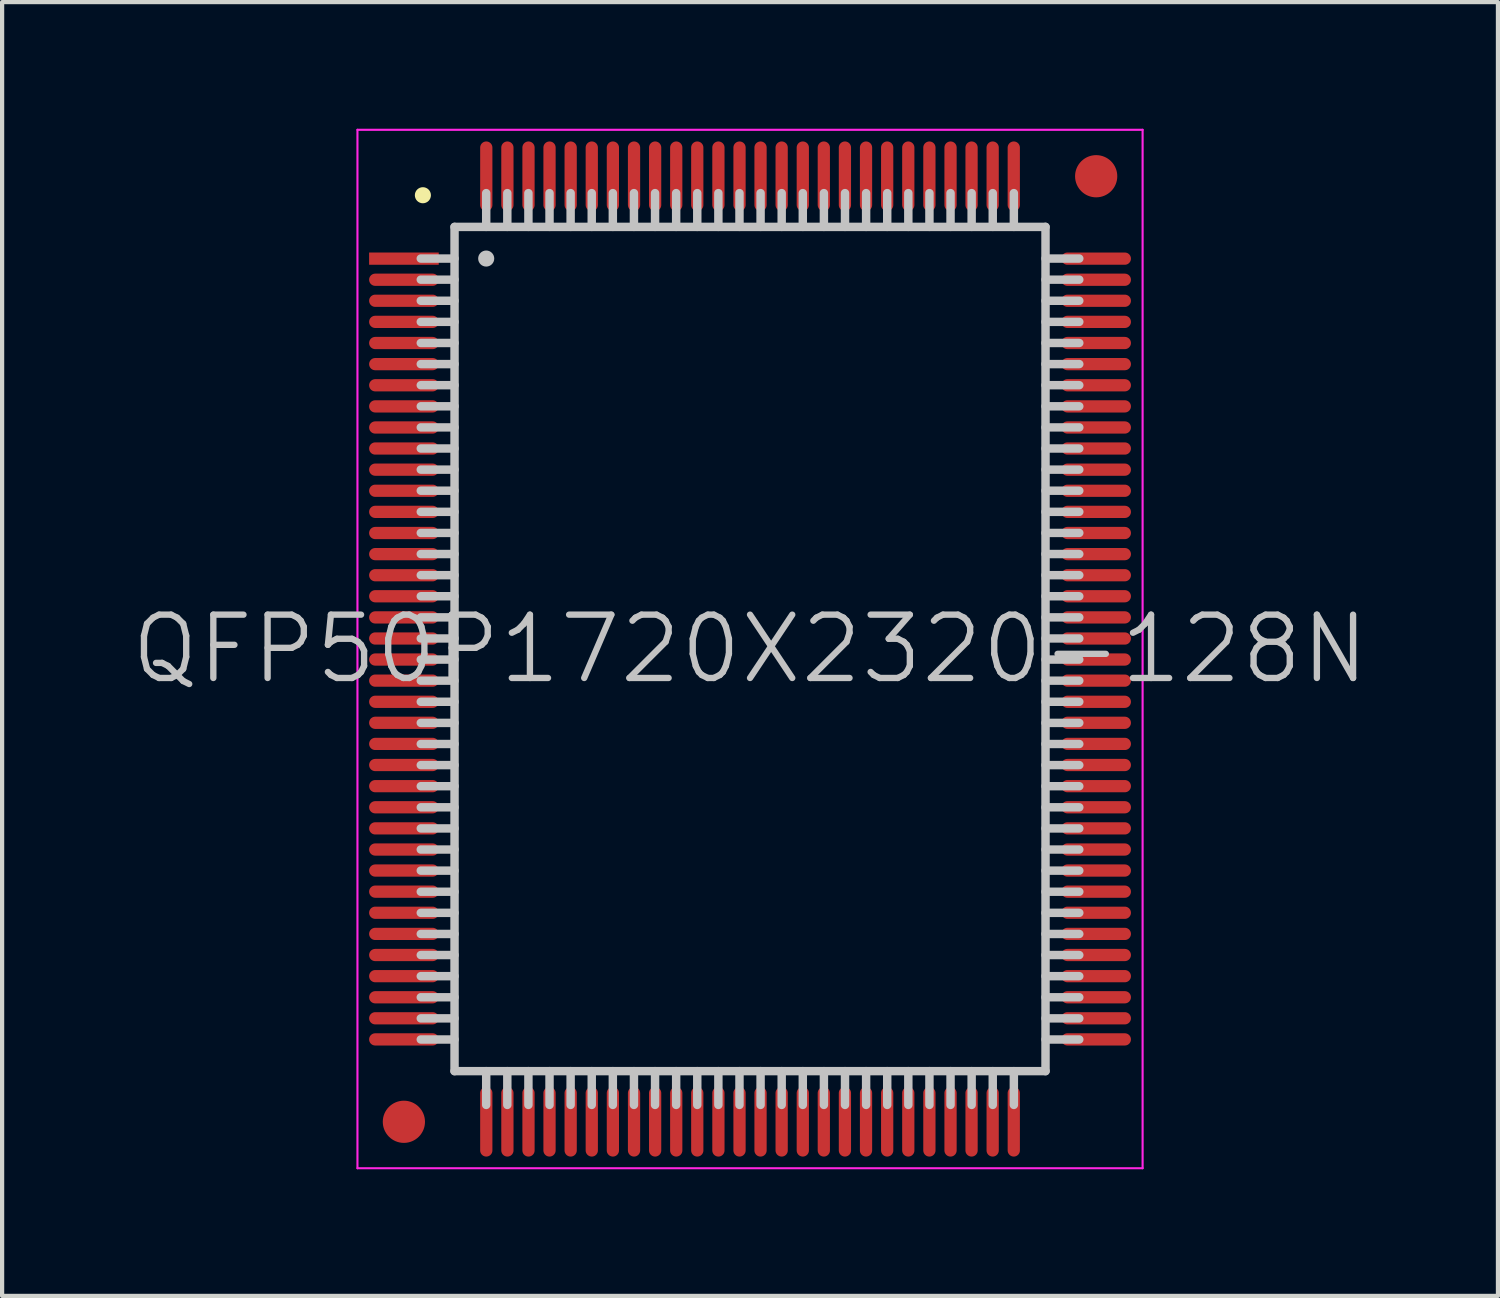
<source format=kicad_pcb>
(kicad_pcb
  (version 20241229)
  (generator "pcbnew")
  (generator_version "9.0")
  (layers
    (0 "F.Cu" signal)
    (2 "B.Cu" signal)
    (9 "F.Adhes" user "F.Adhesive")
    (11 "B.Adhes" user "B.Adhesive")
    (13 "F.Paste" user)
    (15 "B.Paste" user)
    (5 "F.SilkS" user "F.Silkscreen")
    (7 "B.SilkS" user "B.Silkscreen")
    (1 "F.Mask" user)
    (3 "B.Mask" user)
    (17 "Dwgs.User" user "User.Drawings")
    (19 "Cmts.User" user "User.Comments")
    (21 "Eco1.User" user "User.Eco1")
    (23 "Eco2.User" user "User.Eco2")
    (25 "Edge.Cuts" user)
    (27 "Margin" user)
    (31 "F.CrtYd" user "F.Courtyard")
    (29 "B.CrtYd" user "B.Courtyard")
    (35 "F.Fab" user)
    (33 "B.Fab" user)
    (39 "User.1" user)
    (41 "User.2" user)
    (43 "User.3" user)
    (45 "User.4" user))
  (footprint "QFP50P1720X2320-128N"
    (layer "F.Cu")
    (at 14.718 12.325)
    (property "Reference" "QFP50P1720X2320-128N" (at 0 0 0) (layer "Dwgs.User") (effects (font (size 1.5 1.5) (thickness 0.15))))
    (attr smd)
    (fp_line (start -7.75 -10.75) (end -7.75 -10.75) (stroke (width 0.381) (type solid)) (layer "F.SilkS"))
    (fp_line (start -7 -10) (end -7 10) (stroke (width 0.2) (type solid)) (layer "Dwgs.User"))
    (fp_line (start -7 -10) (end 7 -10) (stroke (width 0.2) (type solid)) (layer "Dwgs.User"))
    (fp_line (start -7 -9.25) (end -7.8 -9.25) (stroke (width 0.2) (type solid)) (layer "Dwgs.User"))
    (fp_line (start -7 -8.75) (end -7.8 -8.75) (stroke (width 0.2) (type solid)) (layer "Dwgs.User"))
    (fp_line (start -7 -8.25) (end -7.8 -8.25) (stroke (width 0.2) (type solid)) (layer "Dwgs.User"))
    (fp_line (start -7 -7.75) (end -7.8 -7.75) (stroke (width 0.2) (type solid)) (layer "Dwgs.User"))
    (fp_line (start -7 -7.25) (end -7.8 -7.25) (stroke (width 0.2) (type solid)) (layer "Dwgs.User"))
    (fp_line (start -7 -6.75) (end -7.8 -6.75) (stroke (width 0.2) (type solid)) (layer "Dwgs.User"))
    (fp_line (start -7 -6.25) (end -7.8 -6.25) (stroke (width 0.2) (type solid)) (layer "Dwgs.User"))
    (fp_line (start -7 -5.75) (end -7.8 -5.75) (stroke (width 0.2) (type solid)) (layer "Dwgs.User"))
    (fp_line (start -7 -5.25) (end -7.8 -5.25) (stroke (width 0.2) (type solid)) (layer "Dwgs.User"))
    (fp_line (start -7 -4.75) (end -7.8 -4.75) (stroke (width 0.2) (type solid)) (layer "Dwgs.User"))
    (fp_line (start -7 -4.25) (end -7.8 -4.25) (stroke (width 0.2) (type solid)) (layer "Dwgs.User"))
    (fp_line (start -7 -3.75) (end -7.8 -3.75) (stroke (width 0.2) (type solid)) (layer "Dwgs.User"))
    (fp_line (start -7 -3.25) (end -7.8 -3.25) (stroke (width 0.2) (type solid)) (layer "Dwgs.User"))
    (fp_line (start -7 -2.75) (end -7.8 -2.75) (stroke (width 0.2) (type solid)) (layer "Dwgs.User"))
    (fp_line (start -7 -2.25) (end -7.8 -2.25) (stroke (width 0.2) (type solid)) (layer "Dwgs.User"))
    (fp_line (start -7 -1.75) (end -7.8 -1.75) (stroke (width 0.2) (type solid)) (layer "Dwgs.User"))
    (fp_line (start -7 -1.25) (end -7.8 -1.25) (stroke (width 0.2) (type solid)) (layer "Dwgs.User"))
    (fp_line (start -7 -0.75) (end -7.8 -0.75) (stroke (width 0.2) (type solid)) (layer "Dwgs.User"))
    (fp_line (start -7 -0.25) (end -7.8 -0.25) (stroke (width 0.2) (type solid)) (layer "Dwgs.User"))
    (fp_line (start -7 0.25) (end -7.8 0.25) (stroke (width 0.2) (type solid)) (layer "Dwgs.User"))
    (fp_line (start -7 0.75) (end -7.8 0.75) (stroke (width 0.2) (type solid)) (layer "Dwgs.User"))
    (fp_line (start -7 1.25) (end -7.8 1.25) (stroke (width 0.2) (type solid)) (layer "Dwgs.User"))
    (fp_line (start -7 1.75) (end -7.8 1.75) (stroke (width 0.2) (type solid)) (layer "Dwgs.User"))
    (fp_line (start -7 2.25) (end -7.8 2.25) (stroke (width 0.2) (type solid)) (layer "Dwgs.User"))
    (fp_line (start -7 2.75) (end -7.8 2.75) (stroke (width 0.2) (type solid)) (layer "Dwgs.User"))
    (fp_line (start -7 3.25) (end -7.8 3.25) (stroke (width 0.2) (type solid)) (layer "Dwgs.User"))
    (fp_line (start -7 3.75) (end -7.8 3.75) (stroke (width 0.2) (type solid)) (layer "Dwgs.User"))
    (fp_line (start -7 4.25) (end -7.8 4.25) (stroke (width 0.2) (type solid)) (layer "Dwgs.User"))
    (fp_line (start -7 4.75) (end -7.8 4.75) (stroke (width 0.2) (type solid)) (layer "Dwgs.User"))
    (fp_line (start -7 5.25) (end -7.8 5.25) (stroke (width 0.2) (type solid)) (layer "Dwgs.User"))
    (fp_line (start -7 5.75) (end -7.8 5.75) (stroke (width 0.2) (type solid)) (layer "Dwgs.User"))
    (fp_line (start -7 6.25) (end -7.8 6.25) (stroke (width 0.2) (type solid)) (layer "Dwgs.User"))
    (fp_line (start -7 6.75) (end -7.8 6.75) (stroke (width 0.2) (type solid)) (layer "Dwgs.User"))
    (fp_line (start -7 7.25) (end -7.8 7.25) (stroke (width 0.2) (type solid)) (layer "Dwgs.User"))
    (fp_line (start -7 7.75) (end -7.8 7.75) (stroke (width 0.2) (type solid)) (layer "Dwgs.User"))
    (fp_line (start -7 8.25) (end -7.8 8.25) (stroke (width 0.2) (type solid)) (layer "Dwgs.User"))
    (fp_line (start -7 8.75) (end -7.8 8.75) (stroke (width 0.2) (type solid)) (layer "Dwgs.User"))
    (fp_line (start -7 9.25) (end -7.8 9.25) (stroke (width 0.2) (type solid)) (layer "Dwgs.User"))
    (fp_line (start -7 10) (end 7 10) (stroke (width 0.2) (type solid)) (layer "Dwgs.User"))
    (fp_line (start -6.25 -10) (end -6.25 -10.8) (stroke (width 0.2) (type solid)) (layer "Dwgs.User"))
    (fp_line (start -6.25 -9.25) (end -6.25 -9.25) (stroke (width 0.381) (type solid)) (layer "Dwgs.User"))
    (fp_line (start -6.25 10.8) (end -6.25 10) (stroke (width 0.2) (type solid)) (layer "Dwgs.User"))
    (fp_line (start -5.75 -10) (end -5.75 -10.8) (stroke (width 0.2) (type solid)) (layer "Dwgs.User"))
    (fp_line (start -5.75 10.8) (end -5.75 10) (stroke (width 0.2) (type solid)) (layer "Dwgs.User"))
    (fp_line (start -5.25 -10) (end -5.25 -10.8) (stroke (width 0.2) (type solid)) (layer "Dwgs.User"))
    (fp_line (start -5.25 10.8) (end -5.25 10) (stroke (width 0.2) (type solid)) (layer "Dwgs.User"))
    (fp_line (start -4.75 -10) (end -4.75 -10.8) (stroke (width 0.2) (type solid)) (layer "Dwgs.User"))
    (fp_line (start -4.75 10.8) (end -4.75 10) (stroke (width 0.2) (type solid)) (layer "Dwgs.User"))
    (fp_line (start -4.25 -10) (end -4.25 -10.8) (stroke (width 0.2) (type solid)) (layer "Dwgs.User"))
    (fp_line (start -4.25 10.8) (end -4.25 10) (stroke (width 0.2) (type solid)) (layer "Dwgs.User"))
    (fp_line (start -3.75 -10) (end -3.75 -10.8) (stroke (width 0.2) (type solid)) (layer "Dwgs.User"))
    (fp_line (start -3.75 10.8) (end -3.75 10) (stroke (width 0.2) (type solid)) (layer "Dwgs.User"))
    (fp_line (start -3.25 -10) (end -3.25 -10.8) (stroke (width 0.2) (type solid)) (layer "Dwgs.User"))
    (fp_line (start -3.25 10.8) (end -3.25 10) (stroke (width 0.2) (type solid)) (layer "Dwgs.User"))
    (fp_line (start -2.75 -10) (end -2.75 -10.8) (stroke (width 0.2) (type solid)) (layer "Dwgs.User"))
    (fp_line (start -2.75 10.8) (end -2.75 10) (stroke (width 0.2) (type solid)) (layer "Dwgs.User"))
    (fp_line (start -2.25 -10) (end -2.25 -10.8) (stroke (width 0.2) (type solid)) (layer "Dwgs.User"))
    (fp_line (start -2.25 10.8) (end -2.25 10) (stroke (width 0.2) (type solid)) (layer "Dwgs.User"))
    (fp_line (start -1.75 -10) (end -1.75 -10.8) (stroke (width 0.2) (type solid)) (layer "Dwgs.User"))
    (fp_line (start -1.75 10.8) (end -1.75 10) (stroke (width 0.2) (type solid)) (layer "Dwgs.User"))
    (fp_line (start -1.25 -10) (end -1.25 -10.8) (stroke (width 0.2) (type solid)) (layer "Dwgs.User"))
    (fp_line (start -1.25 10.8) (end -1.25 10) (stroke (width 0.2) (type solid)) (layer "Dwgs.User"))
    (fp_line (start -0.75 -10) (end -0.75 -10.8) (stroke (width 0.2) (type solid)) (layer "Dwgs.User"))
    (fp_line (start -0.75 10.8) (end -0.75 10) (stroke (width 0.2) (type solid)) (layer "Dwgs.User"))
    (fp_line (start -0.25 -10) (end -0.25 -10.8) (stroke (width 0.2) (type solid)) (layer "Dwgs.User"))
    (fp_line (start -0.25 10.8) (end -0.25 10) (stroke (width 0.2) (type solid)) (layer "Dwgs.User"))
    (fp_line (start 0.25 -10) (end 0.25 -10.8) (stroke (width 0.2) (type solid)) (layer "Dwgs.User"))
    (fp_line (start 0.25 10.8) (end 0.25 10) (stroke (width 0.2) (type solid)) (layer "Dwgs.User"))
    (fp_line (start 0.75 -10) (end 0.75 -10.8) (stroke (width 0.2) (type solid)) (layer "Dwgs.User"))
    (fp_line (start 0.75 10.8) (end 0.75 10) (stroke (width 0.2) (type solid)) (layer "Dwgs.User"))
    (fp_line (start 1.25 -10) (end 1.25 -10.8) (stroke (width 0.2) (type solid)) (layer "Dwgs.User"))
    (fp_line (start 1.25 10.8) (end 1.25 10) (stroke (width 0.2) (type solid)) (layer "Dwgs.User"))
    (fp_line (start 1.75 -10) (end 1.75 -10.8) (stroke (width 0.2) (type solid)) (layer "Dwgs.User"))
    (fp_line (start 1.75 10.8) (end 1.75 10) (stroke (width 0.2) (type solid)) (layer "Dwgs.User"))
    (fp_line (start 2.25 -10) (end 2.25 -10.8) (stroke (width 0.2) (type solid)) (layer "Dwgs.User"))
    (fp_line (start 2.25 10.8) (end 2.25 10) (stroke (width 0.2) (type solid)) (layer "Dwgs.User"))
    (fp_line (start 2.75 -10) (end 2.75 -10.8) (stroke (width 0.2) (type solid)) (layer "Dwgs.User"))
    (fp_line (start 2.75 10.8) (end 2.75 10) (stroke (width 0.2) (type solid)) (layer "Dwgs.User"))
    (fp_line (start 3.25 -10) (end 3.25 -10.8) (stroke (width 0.2) (type solid)) (layer "Dwgs.User"))
    (fp_line (start 3.25 10.8) (end 3.25 10) (stroke (width 0.2) (type solid)) (layer "Dwgs.User"))
    (fp_line (start 3.75 -10) (end 3.75 -10.8) (stroke (width 0.2) (type solid)) (layer "Dwgs.User"))
    (fp_line (start 3.75 10.8) (end 3.75 10) (stroke (width 0.2) (type solid)) (layer "Dwgs.User"))
    (fp_line (start 4.25 -10) (end 4.25 -10.8) (stroke (width 0.2) (type solid)) (layer "Dwgs.User"))
    (fp_line (start 4.25 10.8) (end 4.25 10) (stroke (width 0.2) (type solid)) (layer "Dwgs.User"))
    (fp_line (start 4.75 -10) (end 4.75 -10.8) (stroke (width 0.2) (type solid)) (layer "Dwgs.User"))
    (fp_line (start 4.75 10.8) (end 4.75 10) (stroke (width 0.2) (type solid)) (layer "Dwgs.User"))
    (fp_line (start 5.25 -10) (end 5.25 -10.8) (stroke (width 0.2) (type solid)) (layer "Dwgs.User"))
    (fp_line (start 5.25 10.8) (end 5.25 10) (stroke (width 0.2) (type solid)) (layer "Dwgs.User"))
    (fp_line (start 5.75 -10) (end 5.75 -10.8) (stroke (width 0.2) (type solid)) (layer "Dwgs.User"))
    (fp_line (start 5.75 10.8) (end 5.75 10) (stroke (width 0.2) (type solid)) (layer "Dwgs.User"))
    (fp_line (start 6.25 -10) (end 6.25 -10.8) (stroke (width 0.2) (type solid)) (layer "Dwgs.User"))
    (fp_line (start 6.25 10.8) (end 6.25 10) (stroke (width 0.2) (type solid)) (layer "Dwgs.User"))
    (fp_line (start 7 -10) (end 7 10) (stroke (width 0.2) (type solid)) (layer "Dwgs.User"))
    (fp_line (start 7.8 -9.25) (end 7 -9.25) (stroke (width 0.2) (type solid)) (layer "Dwgs.User"))
    (fp_line (start 7.8 -8.75) (end 7 -8.75) (stroke (width 0.2) (type solid)) (layer "Dwgs.User"))
    (fp_line (start 7.8 -8.25) (end 7 -8.25) (stroke (width 0.2) (type solid)) (layer "Dwgs.User"))
    (fp_line (start 7.8 -7.75) (end 7 -7.75) (stroke (width 0.2) (type solid)) (layer "Dwgs.User"))
    (fp_line (start 7.8 -7.25) (end 7 -7.25) (stroke (width 0.2) (type solid)) (layer "Dwgs.User"))
    (fp_line (start 7.8 -6.75) (end 7 -6.75) (stroke (width 0.2) (type solid)) (layer "Dwgs.User"))
    (fp_line (start 7.8 -6.25) (end 7 -6.25) (stroke (width 0.2) (type solid)) (layer "Dwgs.User"))
    (fp_line (start 7.8 -5.75) (end 7 -5.75) (stroke (width 0.2) (type solid)) (layer "Dwgs.User"))
    (fp_line (start 7.8 -5.25) (end 7 -5.25) (stroke (width 0.2) (type solid)) (layer "Dwgs.User"))
    (fp_line (start 7.8 -4.75) (end 7 -4.75) (stroke (width 0.2) (type solid)) (layer "Dwgs.User"))
    (fp_line (start 7.8 -4.25) (end 7 -4.25) (stroke (width 0.2) (type solid)) (layer "Dwgs.User"))
    (fp_line (start 7.8 -3.75) (end 7 -3.75) (stroke (width 0.2) (type solid)) (layer "Dwgs.User"))
    (fp_line (start 7.8 -3.25) (end 7 -3.25) (stroke (width 0.2) (type solid)) (layer "Dwgs.User"))
    (fp_line (start 7.8 -2.75) (end 7 -2.75) (stroke (width 0.2) (type solid)) (layer "Dwgs.User"))
    (fp_line (start 7.8 -2.25) (end 7 -2.25) (stroke (width 0.2) (type solid)) (layer "Dwgs.User"))
    (fp_line (start 7.8 -1.75) (end 7 -1.75) (stroke (width 0.2) (type solid)) (layer "Dwgs.User"))
    (fp_line (start 7.8 -1.25) (end 7 -1.25) (stroke (width 0.2) (type solid)) (layer "Dwgs.User"))
    (fp_line (start 7.8 -0.75) (end 7 -0.75) (stroke (width 0.2) (type solid)) (layer "Dwgs.User"))
    (fp_line (start 7.8 -0.25) (end 7 -0.25) (stroke (width 0.2) (type solid)) (layer "Dwgs.User"))
    (fp_line (start 7.8 0.25) (end 7 0.25) (stroke (width 0.2) (type solid)) (layer "Dwgs.User"))
    (fp_line (start 7.8 0.75) (end 7 0.75) (stroke (width 0.2) (type solid)) (layer "Dwgs.User"))
    (fp_line (start 7.8 1.25) (end 7 1.25) (stroke (width 0.2) (type solid)) (layer "Dwgs.User"))
    (fp_line (start 7.8 1.75) (end 7 1.75) (stroke (width 0.2) (type solid)) (layer "Dwgs.User"))
    (fp_line (start 7.8 2.25) (end 7 2.25) (stroke (width 0.2) (type solid)) (layer "Dwgs.User"))
    (fp_line (start 7.8 2.75) (end 7 2.75) (stroke (width 0.2) (type solid)) (layer "Dwgs.User"))
    (fp_line (start 7.8 3.25) (end 7 3.25) (stroke (width 0.2) (type solid)) (layer "Dwgs.User"))
    (fp_line (start 7.8 3.75) (end 7 3.75) (stroke (width 0.2) (type solid)) (layer "Dwgs.User"))
    (fp_line (start 7.8 4.25) (end 7 4.25) (stroke (width 0.2) (type solid)) (layer "Dwgs.User"))
    (fp_line (start 7.8 4.75) (end 7 4.75) (stroke (width 0.2) (type solid)) (layer "Dwgs.User"))
    (fp_line (start 7.8 5.25) (end 7 5.25) (stroke (width 0.2) (type solid)) (layer "Dwgs.User"))
    (fp_line (start 7.8 5.75) (end 7 5.75) (stroke (width 0.2) (type solid)) (layer "Dwgs.User"))
    (fp_line (start 7.8 6.25) (end 7 6.25) (stroke (width 0.2) (type solid)) (layer "Dwgs.User"))
    (fp_line (start 7.8 6.75) (end 7 6.75) (stroke (width 0.2) (type solid)) (layer "Dwgs.User"))
    (fp_line (start 7.8 7.25) (end 7 7.25) (stroke (width 0.2) (type solid)) (layer "Dwgs.User"))
    (fp_line (start 7.8 7.75) (end 7 7.75) (stroke (width 0.2) (type solid)) (layer "Dwgs.User"))
    (fp_line (start 7.8 8.25) (end 7 8.25) (stroke (width 0.2) (type solid)) (layer "Dwgs.User"))
    (fp_line (start 7.8 8.75) (end 7 8.75) (stroke (width 0.2) (type solid)) (layer "Dwgs.User"))
    (fp_line (start 7.8 9.25) (end 7 9.25) (stroke (width 0.2) (type solid)) (layer "Dwgs.User"))
    (fp_line (start -9.3 -12.3) (end -9.3 12.3) (stroke (width 0.05) (type solid)) (layer "F.CrtYd"))
    (fp_line (start -9.3 -12.3) (end 9.3 -12.3) (stroke (width 0.05) (type solid)) (layer "F.CrtYd"))
    (fp_line (start -9.3 12.3) (end 9.3 12.3) (stroke (width 0.05) (type solid)) (layer "F.CrtYd"))
    (fp_line (start 9.3 -12.3) (end 9.3 12.3) (stroke (width 0.05) (type solid)) (layer "F.CrtYd"))
    (pad "" smd circle (at -8.2 11.2) (size 1 1) (layers "F.Cu" "F.Mask"))
    (pad "" smd circle (at 8.2 -11.2) (size 1 1) (layers "F.Cu" "F.Mask"))
    (pad "1" smd rect (at -8.199 -9.248 90) (size 0.29 1.65) (layers "F.Cu" "F.Mask" "F.Paste"))
    (pad "2" smd oval (at -8.199 -8.748 90) (size 0.29 1.65) (layers "F.Cu" "F.Mask" "F.Paste"))
    (pad "3" smd oval (at -8.199 -8.25 90) (size 0.29 1.65) (layers "F.Cu" "F.Mask" "F.Paste"))
    (pad "4" smd oval (at -8.199 -7.75 90) (size 0.29 1.65) (layers "F.Cu" "F.Mask" "F.Paste"))
    (pad "5" smd oval (at -8.199 -7.249 90) (size 0.29 1.65) (layers "F.Cu" "F.Mask" "F.Paste"))
    (pad "6" smd oval (at -8.199 -6.749 90) (size 0.29 1.65) (layers "F.Cu" "F.Mask" "F.Paste"))
    (pad "7" smd oval (at -8.199 -6.248 90) (size 0.29 1.65) (layers "F.Cu" "F.Mask" "F.Paste"))
    (pad "8" smd oval (at -8.199 -5.748 90) (size 0.29 1.65) (layers "F.Cu" "F.Mask" "F.Paste"))
    (pad "9" smd oval (at -8.199 -5.248 90) (size 0.29 1.65) (layers "F.Cu" "F.Mask" "F.Paste"))
    (pad "10" smd oval (at -8.199 -4.75 90) (size 0.29 1.65) (layers "F.Cu" "F.Mask" "F.Paste"))
    (pad "11" smd oval (at -8.199 -4.249 90) (size 0.29 1.65) (layers "F.Cu" "F.Mask" "F.Paste"))
    (pad "12" smd oval (at -8.199 -3.749 90) (size 0.29 1.65) (layers "F.Cu" "F.Mask" "F.Paste"))
    (pad "13" smd oval (at -8.199 -3.249 90) (size 0.29 1.65) (layers "F.Cu" "F.Mask" "F.Paste"))
    (pad "14" smd oval (at -8.199 -2.748 90) (size 0.29 1.65) (layers "F.Cu" "F.Mask" "F.Paste"))
    (pad "15" smd oval (at -8.199 -2.248 90) (size 0.29 1.65) (layers "F.Cu" "F.Mask" "F.Paste"))
    (pad "16" smd oval (at -8.199 -1.748 90) (size 0.29 1.65) (layers "F.Cu" "F.Mask" "F.Paste"))
    (pad "17" smd oval (at -8.199 -1.25 90) (size 0.29 1.65) (layers "F.Cu" "F.Mask" "F.Paste"))
    (pad "18" smd oval (at -8.199 -0.749 90) (size 0.29 1.65) (layers "F.Cu" "F.Mask" "F.Paste"))
    (pad "19" smd oval (at -8.199 -0.249 90) (size 0.29 1.65) (layers "F.Cu" "F.Mask" "F.Paste"))
    (pad "20" smd oval (at -8.199 0.249 90) (size 0.29 1.65) (layers "F.Cu" "F.Mask" "F.Paste"))
    (pad "21" smd oval (at -8.199 0.749 90) (size 0.29 1.65) (layers "F.Cu" "F.Mask" "F.Paste"))
    (pad "22" smd oval (at -8.199 1.25 90) (size 0.29 1.65) (layers "F.Cu" "F.Mask" "F.Paste"))
    (pad "23" smd oval (at -8.199 1.748 90) (size 0.29 1.65) (layers "F.Cu" "F.Mask" "F.Paste"))
    (pad "24" smd oval (at -8.199 2.248 90) (size 0.29 1.65) (layers "F.Cu" "F.Mask" "F.Paste"))
    (pad "25" smd oval (at -8.199 2.748 90) (size 0.29 1.65) (layers "F.Cu" "F.Mask" "F.Paste"))
    (pad "26" smd oval (at -8.199 3.249 90) (size 0.29 1.65) (layers "F.Cu" "F.Mask" "F.Paste"))
    (pad "27" smd oval (at -8.199 3.749 90) (size 0.29 1.65) (layers "F.Cu" "F.Mask" "F.Paste"))
    (pad "28" smd oval (at -8.199 4.249 90) (size 0.29 1.65) (layers "F.Cu" "F.Mask" "F.Paste"))
    (pad "29" smd oval (at -8.199 4.75 90) (size 0.29 1.65) (layers "F.Cu" "F.Mask" "F.Paste"))
    (pad "30" smd oval (at -8.199 5.248 90) (size 0.29 1.65) (layers "F.Cu" "F.Mask" "F.Paste"))
    (pad "31" smd oval (at -8.199 5.748 90) (size 0.29 1.65) (layers "F.Cu" "F.Mask" "F.Paste"))
    (pad "32" smd oval (at -8.199 6.248 90) (size 0.29 1.65) (layers "F.Cu" "F.Mask" "F.Paste"))
    (pad "33" smd oval (at -8.199 6.749 90) (size 0.29 1.65) (layers "F.Cu" "F.Mask" "F.Paste"))
    (pad "34" smd oval (at -8.199 7.249 90) (size 0.29 1.65) (layers "F.Cu" "F.Mask" "F.Paste"))
    (pad "35" smd oval (at -8.199 7.75 90) (size 0.29 1.65) (layers "F.Cu" "F.Mask" "F.Paste"))
    (pad "36" smd oval (at -8.199 8.25 90) (size 0.29 1.65) (layers "F.Cu" "F.Mask" "F.Paste"))
    (pad "37" smd oval (at -8.199 8.748 90) (size 0.29 1.65) (layers "F.Cu" "F.Mask" "F.Paste"))
    (pad "38" smd oval (at -8.199 9.248 90) (size 0.29 1.65) (layers "F.Cu" "F.Mask" "F.Paste"))
    (pad "39" smd oval (at -6.248 11.199 180) (size 0.29 1.65) (layers "F.Cu" "F.Mask" "F.Paste"))
    (pad "40" smd oval (at -5.748 11.199 180) (size 0.29 1.65) (layers "F.Cu" "F.Mask" "F.Paste"))
    (pad "41" smd oval (at -5.248 11.199 180) (size 0.29 1.65) (layers "F.Cu" "F.Mask" "F.Paste"))
    (pad "42" smd oval (at -4.75 11.199 180) (size 0.29 1.65) (layers "F.Cu" "F.Mask" "F.Paste"))
    (pad "43" smd oval (at -4.249 11.199 180) (size 0.29 1.65) (layers "F.Cu" "F.Mask" "F.Paste"))
    (pad "44" smd oval (at -3.749 11.199 180) (size 0.29 1.65) (layers "F.Cu" "F.Mask" "F.Paste"))
    (pad "45" smd oval (at -3.249 11.199 180) (size 0.29 1.65) (layers "F.Cu" "F.Mask" "F.Paste"))
    (pad "46" smd oval (at -2.748 11.199 180) (size 0.29 1.65) (layers "F.Cu" "F.Mask" "F.Paste"))
    (pad "47" smd oval (at -2.248 11.199 180) (size 0.29 1.65) (layers "F.Cu" "F.Mask" "F.Paste"))
    (pad "48" smd oval (at -1.748 11.199 180) (size 0.29 1.65) (layers "F.Cu" "F.Mask" "F.Paste"))
    (pad "49" smd oval (at -1.25 11.199 180) (size 0.29 1.65) (layers "F.Cu" "F.Mask" "F.Paste"))
    (pad "50" smd oval (at -0.749 11.199 180) (size 0.29 1.65) (layers "F.Cu" "F.Mask" "F.Paste"))
    (pad "51" smd oval (at -0.249 11.199 180) (size 0.29 1.65) (layers "F.Cu" "F.Mask" "F.Paste"))
    (pad "52" smd oval (at 0.249 11.199 180) (size 0.29 1.65) (layers "F.Cu" "F.Mask" "F.Paste"))
    (pad "53" smd oval (at 0.749 11.199 180) (size 0.29 1.65) (layers "F.Cu" "F.Mask" "F.Paste"))
    (pad "54" smd oval (at 1.25 11.199 180) (size 0.29 1.65) (layers "F.Cu" "F.Mask" "F.Paste"))
    (pad "55" smd oval (at 1.748 11.199 180) (size 0.29 1.65) (layers "F.Cu" "F.Mask" "F.Paste"))
    (pad "56" smd oval (at 2.248 11.199 180) (size 0.29 1.65) (layers "F.Cu" "F.Mask" "F.Paste"))
    (pad "57" smd oval (at 2.748 11.199 180) (size 0.29 1.65) (layers "F.Cu" "F.Mask" "F.Paste"))
    (pad "58" smd oval (at 3.249 11.199 180) (size 0.29 1.65) (layers "F.Cu" "F.Mask" "F.Paste"))
    (pad "59" smd oval (at 3.749 11.199 180) (size 0.29 1.65) (layers "F.Cu" "F.Mask" "F.Paste"))
    (pad "60" smd oval (at 4.249 11.199 180) (size 0.29 1.65) (layers "F.Cu" "F.Mask" "F.Paste"))
    (pad "61" smd oval (at 4.75 11.199 180) (size 0.29 1.65) (layers "F.Cu" "F.Mask" "F.Paste"))
    (pad "62" smd oval (at 5.248 11.199 180) (size 0.29 1.65) (layers "F.Cu" "F.Mask" "F.Paste"))
    (pad "63" smd oval (at 5.748 11.199 180) (size 0.29 1.65) (layers "F.Cu" "F.Mask" "F.Paste"))
    (pad "64" smd oval (at 6.248 11.199 180) (size 0.29 1.65) (layers "F.Cu" "F.Mask" "F.Paste"))
    (pad "65" smd oval (at 8.199 9.248 270) (size 0.29 1.65) (layers "F.Cu" "F.Mask" "F.Paste"))
    (pad "66" smd oval (at 8.199 8.748 270) (size 0.29 1.65) (layers "F.Cu" "F.Mask" "F.Paste"))
    (pad "67" smd oval (at 8.199 8.25 270) (size 0.29 1.65) (layers "F.Cu" "F.Mask" "F.Paste"))
    (pad "68" smd oval (at 8.199 7.75 270) (size 0.29 1.65) (layers "F.Cu" "F.Mask" "F.Paste"))
    (pad "69" smd oval (at 8.199 7.249 270) (size 0.29 1.65) (layers "F.Cu" "F.Mask" "F.Paste"))
    (pad "70" smd oval (at 8.199 6.749 270) (size 0.29 1.65) (layers "F.Cu" "F.Mask" "F.Paste"))
    (pad "71" smd oval (at 8.199 6.248 270) (size 0.29 1.65) (layers "F.Cu" "F.Mask" "F.Paste"))
    (pad "72" smd oval (at 8.199 5.748 270) (size 0.29 1.65) (layers "F.Cu" "F.Mask" "F.Paste"))
    (pad "73" smd oval (at 8.199 5.248 270) (size 0.29 1.65) (layers "F.Cu" "F.Mask" "F.Paste"))
    (pad "74" smd oval (at 8.199 4.75 270) (size 0.29 1.65) (layers "F.Cu" "F.Mask" "F.Paste"))
    (pad "75" smd oval (at 8.199 4.249 270) (size 0.29 1.65) (layers "F.Cu" "F.Mask" "F.Paste"))
    (pad "76" smd oval (at 8.199 3.749 270) (size 0.29 1.65) (layers "F.Cu" "F.Mask" "F.Paste"))
    (pad "77" smd oval (at 8.199 3.249 270) (size 0.29 1.65) (layers "F.Cu" "F.Mask" "F.Paste"))
    (pad "78" smd oval (at 8.199 2.748 270) (size 0.29 1.65) (layers "F.Cu" "F.Mask" "F.Paste"))
    (pad "79" smd oval (at 8.199 2.248 270) (size 0.29 1.65) (layers "F.Cu" "F.Mask" "F.Paste"))
    (pad "80" smd oval (at 8.199 1.748 270) (size 0.29 1.65) (layers "F.Cu" "F.Mask" "F.Paste"))
    (pad "81" smd oval (at 8.199 1.25 270) (size 0.29 1.65) (layers "F.Cu" "F.Mask" "F.Paste"))
    (pad "82" smd oval (at 8.199 0.749 270) (size 0.29 1.65) (layers "F.Cu" "F.Mask" "F.Paste"))
    (pad "83" smd oval (at 8.199 0.249 270) (size 0.29 1.65) (layers "F.Cu" "F.Mask" "F.Paste"))
    (pad "84" smd oval (at 8.199 -0.249 270) (size 0.29 1.65) (layers "F.Cu" "F.Mask" "F.Paste"))
    (pad "85" smd oval (at 8.199 -0.749 270) (size 0.29 1.65) (layers "F.Cu" "F.Mask" "F.Paste"))
    (pad "86" smd oval (at 8.199 -1.25 270) (size 0.29 1.65) (layers "F.Cu" "F.Mask" "F.Paste"))
    (pad "87" smd oval (at 8.199 -1.748 270) (size 0.29 1.65) (layers "F.Cu" "F.Mask" "F.Paste"))
    (pad "88" smd oval (at 8.199 -2.248 270) (size 0.29 1.65) (layers "F.Cu" "F.Mask" "F.Paste"))
    (pad "89" smd oval (at 8.199 -2.748 270) (size 0.29 1.65) (layers "F.Cu" "F.Mask" "F.Paste"))
    (pad "90" smd oval (at 8.199 -3.249 270) (size 0.29 1.65) (layers "F.Cu" "F.Mask" "F.Paste"))
    (pad "91" smd oval (at 8.199 -3.749 270) (size 0.29 1.65) (layers "F.Cu" "F.Mask" "F.Paste"))
    (pad "92" smd oval (at 8.199 -4.249 270) (size 0.29 1.65) (layers "F.Cu" "F.Mask" "F.Paste"))
    (pad "93" smd oval (at 8.199 -4.75 270) (size 0.29 1.65) (layers "F.Cu" "F.Mask" "F.Paste"))
    (pad "94" smd oval (at 8.199 -5.248 270) (size 0.29 1.65) (layers "F.Cu" "F.Mask" "F.Paste"))
    (pad "95" smd oval (at 8.199 -5.748 270) (size 0.29 1.65) (layers "F.Cu" "F.Mask" "F.Paste"))
    (pad "96" smd oval (at 8.199 -6.248 270) (size 0.29 1.65) (layers "F.Cu" "F.Mask" "F.Paste"))
    (pad "97" smd oval (at 8.199 -6.749 270) (size 0.29 1.65) (layers "F.Cu" "F.Mask" "F.Paste"))
    (pad "98" smd oval (at 8.199 -7.249 270) (size 0.29 1.65) (layers "F.Cu" "F.Mask" "F.Paste"))
    (pad "99" smd oval (at 8.199 -7.75 270) (size 0.29 1.65) (layers "F.Cu" "F.Mask" "F.Paste"))
    (pad "100" smd oval (at 8.199 -8.25 270) (size 0.29 1.65) (layers "F.Cu" "F.Mask" "F.Paste"))
    (pad "101" smd oval (at 8.199 -8.748 270) (size 0.29 1.65) (layers "F.Cu" "F.Mask" "F.Paste"))
    (pad "102" smd oval (at 8.199 -9.248 270) (size 0.29 1.65) (layers "F.Cu" "F.Mask" "F.Paste"))
    (pad "103" smd oval (at 6.248 -11.199) (size 0.29 1.65) (layers "F.Cu" "F.Mask" "F.Paste"))
    (pad "104" smd oval (at 5.748 -11.199) (size 0.29 1.65) (layers "F.Cu" "F.Mask" "F.Paste"))
    (pad "105" smd oval (at 5.248 -11.199) (size 0.29 1.65) (layers "F.Cu" "F.Mask" "F.Paste"))
    (pad "106" smd oval (at 4.75 -11.199) (size 0.29 1.65) (layers "F.Cu" "F.Mask" "F.Paste"))
    (pad "107" smd oval (at 4.249 -11.199) (size 0.29 1.65) (layers "F.Cu" "F.Mask" "F.Paste"))
    (pad "108" smd oval (at 3.749 -11.199) (size 0.29 1.65) (layers "F.Cu" "F.Mask" "F.Paste"))
    (pad "109" smd oval (at 3.249 -11.199) (size 0.29 1.65) (layers "F.Cu" "F.Mask" "F.Paste"))
    (pad "110" smd oval (at 2.748 -11.199) (size 0.29 1.65) (layers "F.Cu" "F.Mask" "F.Paste"))
    (pad "111" smd oval (at 2.248 -11.199) (size 0.29 1.65) (layers "F.Cu" "F.Mask" "F.Paste"))
    (pad "112" smd oval (at 1.748 -11.199) (size 0.29 1.65) (layers "F.Cu" "F.Mask" "F.Paste"))
    (pad "113" smd oval (at 1.25 -11.199) (size 0.29 1.65) (layers "F.Cu" "F.Mask" "F.Paste"))
    (pad "114" smd oval (at 0.749 -11.199) (size 0.29 1.65) (layers "F.Cu" "F.Mask" "F.Paste"))
    (pad "115" smd oval (at 0.249 -11.199) (size 0.29 1.65) (layers "F.Cu" "F.Mask" "F.Paste"))
    (pad "116" smd oval (at -0.249 -11.199) (size 0.29 1.65) (layers "F.Cu" "F.Mask" "F.Paste"))
    (pad "117" smd oval (at -0.749 -11.199) (size 0.29 1.65) (layers "F.Cu" "F.Mask" "F.Paste"))
    (pad "118" smd oval (at -1.25 -11.199) (size 0.29 1.65) (layers "F.Cu" "F.Mask" "F.Paste"))
    (pad "119" smd oval (at -1.748 -11.199) (size 0.29 1.65) (layers "F.Cu" "F.Mask" "F.Paste"))
    (pad "120" smd oval (at -2.248 -11.199) (size 0.29 1.65) (layers "F.Cu" "F.Mask" "F.Paste"))
    (pad "121" smd oval (at -2.748 -11.199) (size 0.29 1.65) (layers "F.Cu" "F.Mask" "F.Paste"))
    (pad "122" smd oval (at -3.249 -11.199) (size 0.29 1.65) (layers "F.Cu" "F.Mask" "F.Paste"))
    (pad "123" smd oval (at -3.749 -11.199) (size 0.29 1.65) (layers "F.Cu" "F.Mask" "F.Paste"))
    (pad "124" smd oval (at -4.249 -11.199) (size 0.29 1.65) (layers "F.Cu" "F.Mask" "F.Paste"))
    (pad "125" smd oval (at -4.75 -11.199) (size 0.29 1.65) (layers "F.Cu" "F.Mask" "F.Paste"))
    (pad "126" smd oval (at -5.248 -11.199) (size 0.29 1.65) (layers "F.Cu" "F.Mask" "F.Paste"))
    (pad "127" smd oval (at -5.748 -11.199) (size 0.29 1.65) (layers "F.Cu" "F.Mask" "F.Paste"))
    (pad "128" smd oval (at -6.248 -11.199) (size 0.29 1.65) (layers "F.Cu" "F.Mask" "F.Paste")))
  (gr_rect
    (start -3 -3)
    (end 32.436 27.65)
    (stroke (width 0.1) (type default))
    (fill no)
    (layer "Edge.Cuts")))
</source>
